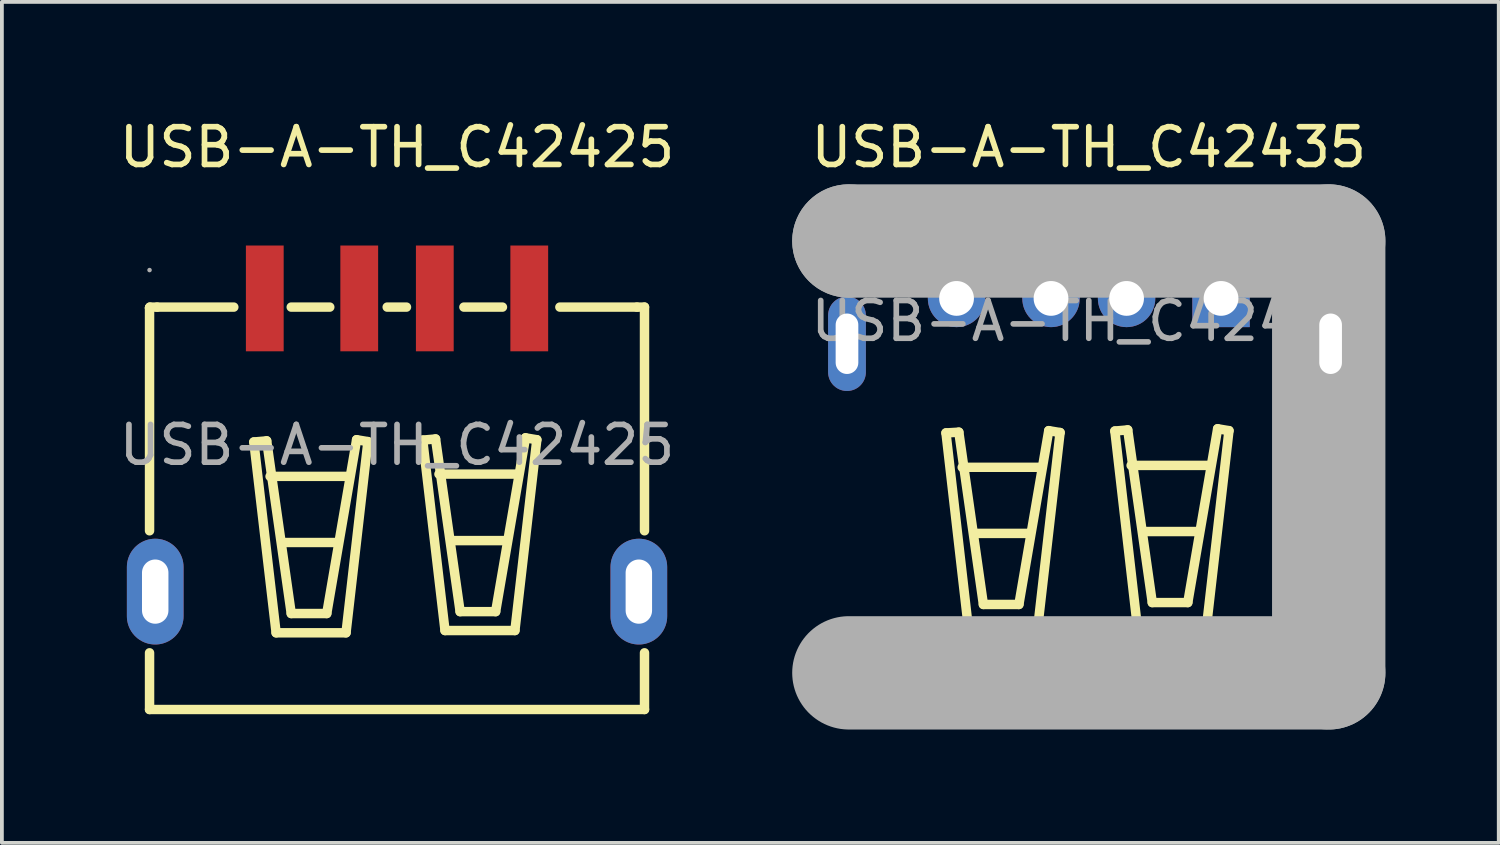
<source format=kicad_pcb>
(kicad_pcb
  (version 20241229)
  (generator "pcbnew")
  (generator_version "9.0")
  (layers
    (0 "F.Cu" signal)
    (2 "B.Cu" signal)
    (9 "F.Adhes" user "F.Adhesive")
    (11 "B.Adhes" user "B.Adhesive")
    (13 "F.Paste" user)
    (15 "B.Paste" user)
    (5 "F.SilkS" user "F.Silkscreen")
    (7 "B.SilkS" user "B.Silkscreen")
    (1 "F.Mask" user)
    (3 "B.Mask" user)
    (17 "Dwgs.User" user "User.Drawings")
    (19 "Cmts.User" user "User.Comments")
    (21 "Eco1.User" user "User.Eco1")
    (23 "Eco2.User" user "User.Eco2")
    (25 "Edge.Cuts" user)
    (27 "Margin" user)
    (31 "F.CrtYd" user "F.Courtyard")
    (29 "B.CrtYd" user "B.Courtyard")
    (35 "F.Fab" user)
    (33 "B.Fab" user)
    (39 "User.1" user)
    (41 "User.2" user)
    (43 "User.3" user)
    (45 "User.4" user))
  (footprint "USB-A-TH_C42425"
    (layer "F.Cu")
    (at 7.458 8.728)
    (property "Reference" "USB-A-TH_C42425" (at 0 -7.88 0) (layer "F.SilkS") (effects (font (size 1 1) (thickness 0.15))))
    (attr through_hole)
    (fp_line (start -6.55 -3.63) (end -6.55 -3.63) (stroke (width 0.25) (type solid)) (layer "F.SilkS"))
    (fp_line (start -6.55 -3.63) (end -6.55 2.27) (stroke (width 0.25) (type solid)) (layer "F.SilkS"))
    (fp_line (start -6.55 -3.63) (end -6.54 -3.65) (stroke (width 0.25) (type solid)) (layer "F.SilkS"))
    (fp_line (start -6.55 5.5) (end -6.55 7) (stroke (width 0.25) (type solid)) (layer "F.SilkS"))
    (fp_line (start -6.55 7) (end 6.55 7) (stroke (width 0.25) (type solid)) (layer "F.SilkS"))
    (fp_line (start -6.54 -3.65) (end -6.35 -3.65) (stroke (width 0.25) (type solid)) (layer "F.SilkS"))
    (fp_line (start -4.32 -3.65) (end -6.35 -3.65) (stroke (width 0.25) (type solid)) (layer "F.SilkS"))
    (fp_line (start -3.79 -0.08) (end -3.2 4.97) (stroke (width 0.25) (type solid)) (layer "F.SilkS"))
    (fp_line (start -3.45 -0.11) (end -3.79 -0.08) (stroke (width 0.25) (type solid)) (layer "F.SilkS"))
    (fp_line (start -3.36 0.83) (end -1.27 0.83) (stroke (width 0.25) (type solid)) (layer "F.SilkS"))
    (fp_line (start -3.2 4.97) (end -1.35 4.97) (stroke (width 0.25) (type solid)) (layer "F.SilkS"))
    (fp_line (start -3.03 2.58) (end -1.58 2.58) (stroke (width 0.25) (type solid)) (layer "F.SilkS"))
    (fp_line (start -2.8 -3.65) (end -1.78 -3.65) (stroke (width 0.25) (type solid)) (layer "F.SilkS"))
    (fp_line (start -2.8 4.46) (end -3.45 -0.11) (stroke (width 0.25) (type solid)) (layer "F.SilkS"))
    (fp_line (start -1.86 4.46) (end -2.8 4.46) (stroke (width 0.25) (type solid)) (layer "F.SilkS"))
    (fp_line (start -1.35 4.97) (end -0.77 -0.09) (stroke (width 0.25) (type solid)) (layer "F.SilkS"))
    (fp_line (start -1.07 -0.14) (end -1.86 4.46) (stroke (width 0.25) (type solid)) (layer "F.SilkS"))
    (fp_line (start -0.77 -0.09) (end -1.07 -0.14) (stroke (width 0.25) (type solid)) (layer "F.SilkS"))
    (fp_line (start -0.26 -3.65) (end 0.25 -3.65) (stroke (width 0.25) (type solid)) (layer "F.SilkS"))
    (fp_line (start 0.68 -0.13) (end 1.02 -0.16) (stroke (width 0.25) (type solid)) (layer "F.SilkS"))
    (fp_line (start 1.02 -0.16) (end 1.67 4.41) (stroke (width 0.25) (type solid)) (layer "F.SilkS"))
    (fp_line (start 1.11 0.77) (end 3.2 0.77) (stroke (width 0.25) (type solid)) (layer "F.SilkS"))
    (fp_line (start 1.27 4.91) (end 0.68 -0.13) (stroke (width 0.25) (type solid)) (layer "F.SilkS"))
    (fp_line (start 1.44 2.53) (end 2.89 2.53) (stroke (width 0.25) (type solid)) (layer "F.SilkS"))
    (fp_line (start 1.67 4.41) (end 2.61 4.41) (stroke (width 0.25) (type solid)) (layer "F.SilkS"))
    (fp_line (start 2.61 4.41) (end 3.4 -0.19) (stroke (width 0.25) (type solid)) (layer "F.SilkS"))
    (fp_line (start 2.79 -3.65) (end 1.77 -3.65) (stroke (width 0.25) (type solid)) (layer "F.SilkS"))
    (fp_line (start 3.12 4.91) (end 1.27 4.91) (stroke (width 0.25) (type solid)) (layer "F.SilkS"))
    (fp_line (start 3.4 -0.19) (end 3.7 -0.14) (stroke (width 0.25) (type solid)) (layer "F.SilkS"))
    (fp_line (start 3.7 -0.14) (end 3.12 4.91) (stroke (width 0.25) (type solid)) (layer "F.SilkS"))
    (fp_line (start 6.35 -3.65) (end 4.31 -3.65) (stroke (width 0.25) (type solid)) (layer "F.SilkS"))
    (fp_line (start 6.55 -3.65) (end 6.35 -3.65) (stroke (width 0.25) (type solid)) (layer "F.SilkS"))
    (fp_line (start 6.55 2.27) (end 6.55 -3.65) (stroke (width 0.25) (type solid)) (layer "F.SilkS"))
    (fp_line (start 6.55 7) (end 6.55 5.5) (stroke (width 0.25) (type solid)) (layer "F.SilkS"))
    (fp_circle (center -6.55 -4.63) (end -6.52 -4.63) (stroke (width 0.06) (type solid)) (fill no) (layer "F.Fab"))
    (fp_text user "${REFERENCE}" (at 0 0 0) (layer "F.Fab") (effects (font (size 1 1) (thickness 0.15))))
    (pad "1" smd rect (at -3.5 -3.88) (size 1 2.8) (layers "F.Cu" "F.Mask" "F.Paste"))
    (pad "2" smd rect (at -1 -3.88) (size 1 2.8) (layers "F.Cu" "F.Mask" "F.Paste"))
    (pad "3" smd rect (at 1 -3.88) (size 1 2.8) (layers "F.Cu" "F.Mask" "F.Paste"))
    (pad "4" smd rect (at 3.5 -3.88) (size 1 2.8) (layers "F.Cu" "F.Mask" "F.Paste"))
    (pad "5" thru_hole oval (at 6.4 3.88) (size 1.5 2.8) (drill oval 0.7 1.7) (layers "*.Cu" "*.Paste" "*.Mask"))
    (pad "6" thru_hole oval (at -6.4 3.88) (size 1.5 2.8) (drill oval 0.7 1.7) (layers "*.Cu" "*.Paste" "*.Mask")))
  (footprint "USB-A-TH_C42435"
    (layer "F.Cu")
    (at 25.767 5.448)
    (property "Reference" "USB-A-TH_C42435" (at 0 -4.6 0) (layer "F.SilkS") (effects (font (size 1 1) (thickness 0.15))))
    (attr through_hole)
    (fp_line (start -3.78 2.96) (end -3.2 8.01) (stroke (width 0.25) (type solid)) (layer "F.SilkS"))
    (fp_line (start -3.44 2.94) (end -3.78 2.96) (stroke (width 0.25) (type solid)) (layer "F.SilkS"))
    (fp_line (start -3.35 3.87) (end -1.27 3.87) (stroke (width 0.25) (type solid)) (layer "F.SilkS"))
    (fp_line (start -3.2 8.01) (end -1.34 8.01) (stroke (width 0.25) (type solid)) (layer "F.SilkS"))
    (fp_line (start -3.02 5.62) (end -1.57 5.62) (stroke (width 0.25) (type solid)) (layer "F.SilkS"))
    (fp_line (start -2.79 7.5) (end -3.44 2.94) (stroke (width 0.25) (type solid)) (layer "F.SilkS"))
    (fp_line (start -1.85 7.5) (end -2.79 7.5) (stroke (width 0.25) (type solid)) (layer "F.SilkS"))
    (fp_line (start -1.34 8.01) (end -0.76 2.95) (stroke (width 0.25) (type solid)) (layer "F.SilkS"))
    (fp_line (start -1.06 2.9) (end -1.85 7.5) (stroke (width 0.25) (type solid)) (layer "F.SilkS"))
    (fp_line (start -0.76 2.95) (end -1.06 2.9) (stroke (width 0.25) (type solid)) (layer "F.SilkS"))
    (fp_line (start 0.69 2.91) (end 1.03 2.88) (stroke (width 0.25) (type solid)) (layer "F.SilkS"))
    (fp_line (start 1.03 2.88) (end 1.68 7.45) (stroke (width 0.25) (type solid)) (layer "F.SilkS"))
    (fp_line (start 1.12 3.82) (end 3.21 3.82) (stroke (width 0.25) (type solid)) (layer "F.SilkS"))
    (fp_line (start 1.27 7.96) (end 0.69 2.91) (stroke (width 0.25) (type solid)) (layer "F.SilkS"))
    (fp_line (start 1.45 5.57) (end 2.9 5.57) (stroke (width 0.25) (type solid)) (layer "F.SilkS"))
    (fp_line (start 1.68 7.45) (end 2.62 7.45) (stroke (width 0.25) (type solid)) (layer "F.SilkS"))
    (fp_line (start 2.62 7.45) (end 3.41 2.85) (stroke (width 0.25) (type solid)) (layer "F.SilkS"))
    (fp_line (start 3.13 7.96) (end 1.27 7.96) (stroke (width 0.25) (type solid)) (layer "F.SilkS"))
    (fp_line (start 3.41 2.85) (end 3.71 2.9) (stroke (width 0.25) (type solid)) (layer "F.SilkS"))
    (fp_line (start 3.71 2.9) (end 3.13 7.96) (stroke (width 0.25) (type solid)) (layer "F.SilkS"))
    (fp_line (start -6.35 -2.12) (end -6.35 -2.12) (stroke (width 3) (type solid)) (layer "F.Fab"))
    (fp_line (start -6.35 -2.12) (end 6.35 -2.12) (stroke (width 3) (type solid)) (layer "F.Fab"))
    (fp_line (start 6.35 -2.12) (end 6.35 9.31) (stroke (width 3) (type solid)) (layer "F.Fab"))
    (fp_line (start 6.35 9.31) (end -6.35 9.31) (stroke (width 3) (type solid)) (layer "F.Fab"))
    (fp_circle (center -3.5 -0.6) (end -3.32 -0.6) (stroke (width 0.36) (type solid)) (fill no) (layer "F.Fab"))
    (fp_circle (center -1 -0.6) (end -0.82 -0.6) (stroke (width 0.36) (type solid)) (fill no) (layer "F.Fab"))
    (fp_circle (center 1 -0.6) (end 1.18 -0.6) (stroke (width 0.36) (type solid)) (fill no) (layer "F.Fab"))
    (fp_circle (center 3.5 -0.6) (end 3.68 -0.6) (stroke (width 0.36) (type solid)) (fill no) (layer "F.Fab"))
    (fp_circle (center 6.9 -2.25) (end 6.93 -2.25) (stroke (width 0.06) (type solid)) (fill no) (layer "F.Fab"))
    (fp_text user "${REFERENCE}" (at 0 0 0) (layer "F.Fab") (effects (font (size 1 1) (thickness 0.15))))
    (pad "1" thru_hole rect (at 3.5 -0.6) (size 1.52 1.52) (drill 0.92) (layers "*.Cu" "*.Paste" "*.Mask"))
    (pad "2" thru_hole circle (at 1 -0.6) (size 1.52 1.52) (drill 0.92) (layers "*.Cu" "*.Paste" "*.Mask"))
    (pad "3" thru_hole circle (at -1 -0.6) (size 1.52 1.52) (drill 0.92) (layers "*.Cu" "*.Paste" "*.Mask"))
    (pad "4" thru_hole circle (at -3.5 -0.6) (size 1.52 1.52) (drill 0.92) (layers "*.Cu" "*.Paste" "*.Mask"))
    (pad "5" thru_hole oval (at 6.4 0.6) (size 1 2.5) (drill oval 0.6 1.6) (layers "*.Cu" "*.Paste" "*.Mask"))
    (pad "6" thru_hole oval (at -6.4 0.6) (size 1 2.5) (drill oval 0.6 1.6) (layers "*.Cu" "*.Paste" "*.Mask")))
  (gr_rect
    (start -3 -3)
    (end 36.617 19.258)
    (stroke (width 0.1) (type default))
    (fill no)
    (layer "Edge.Cuts")))
</source>
